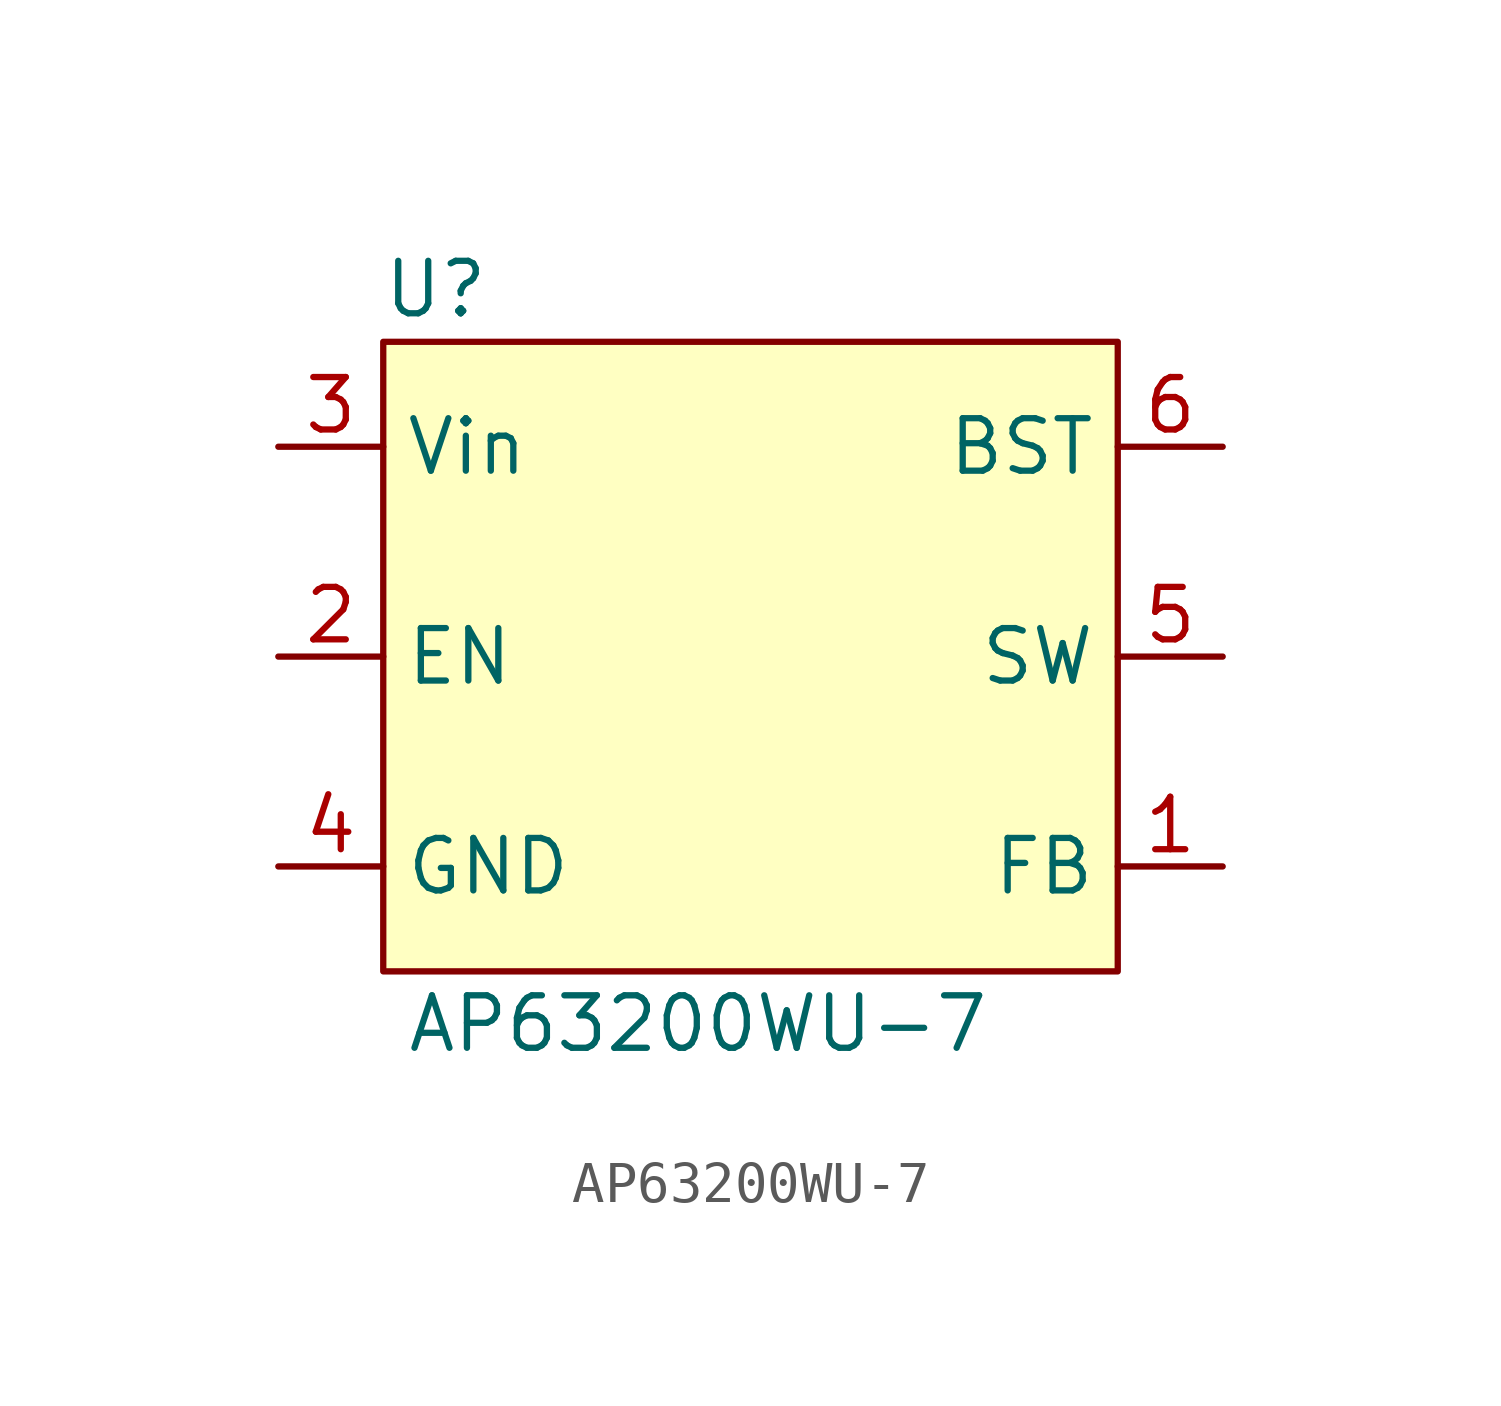
<source format=kicad_sym>
(kicad_symbol_lib
  (version 20211014)
  (generator kicad_symbol_editor)
  (symbol "AP63200WU-7"
    (property "Reference" "U"
      (at 1.27 3.81 0)
      (effects (font (size 1.27 1.27))))
    (property "Value" "AP63200WU-7"
      (at 7.62 -13.97 0)
      (effects (font (size 1.27 1.27))))
    (symbol "AP63200WU-7_0_1"
      (rectangle (start 0 2.54) (end 17.78 -12.7) (stroke (width 0) (type default) (color 0 0 0 0)) (fill (type background))))
    (symbol "AP63200WU-7_1_1"
      (pin input line (at 20.32 -10.16 180) (length 2.54) (name "FB" (effects (font (size 1.27 1.27)))) (number "1" (effects (font (size 1.27 1.27)))))
      (pin input line (at -2.54 -5.08 0) (length 2.54) (name "EN" (effects (font (size 1.27 1.27)))) (number "2" (effects (font (size 1.27 1.27)))))
      (pin input line (at -2.54 0 0) (length 2.54) (name "Vin" (effects (font (size 1.27 1.27)))) (number "3" (effects (font (size 1.27 1.27)))))
      (pin input line (at -2.54 -10.16 0) (length 2.54) (name "GND" (effects (font (size 1.27 1.27)))) (number "4" (effects (font (size 1.27 1.27)))))
      (pin input line (at 20.32 -5.08 180) (length 2.54) (name "SW" (effects (font (size 1.27 1.27)))) (number "5" (effects (font (size 1.27 1.27)))))
      (pin input line (at 20.32 0 180) (length 2.54) (name "BST" (effects (font (size 1.27 1.27)))) (number "6" (effects (font (size 1.27 1.27))))))))
</source>
